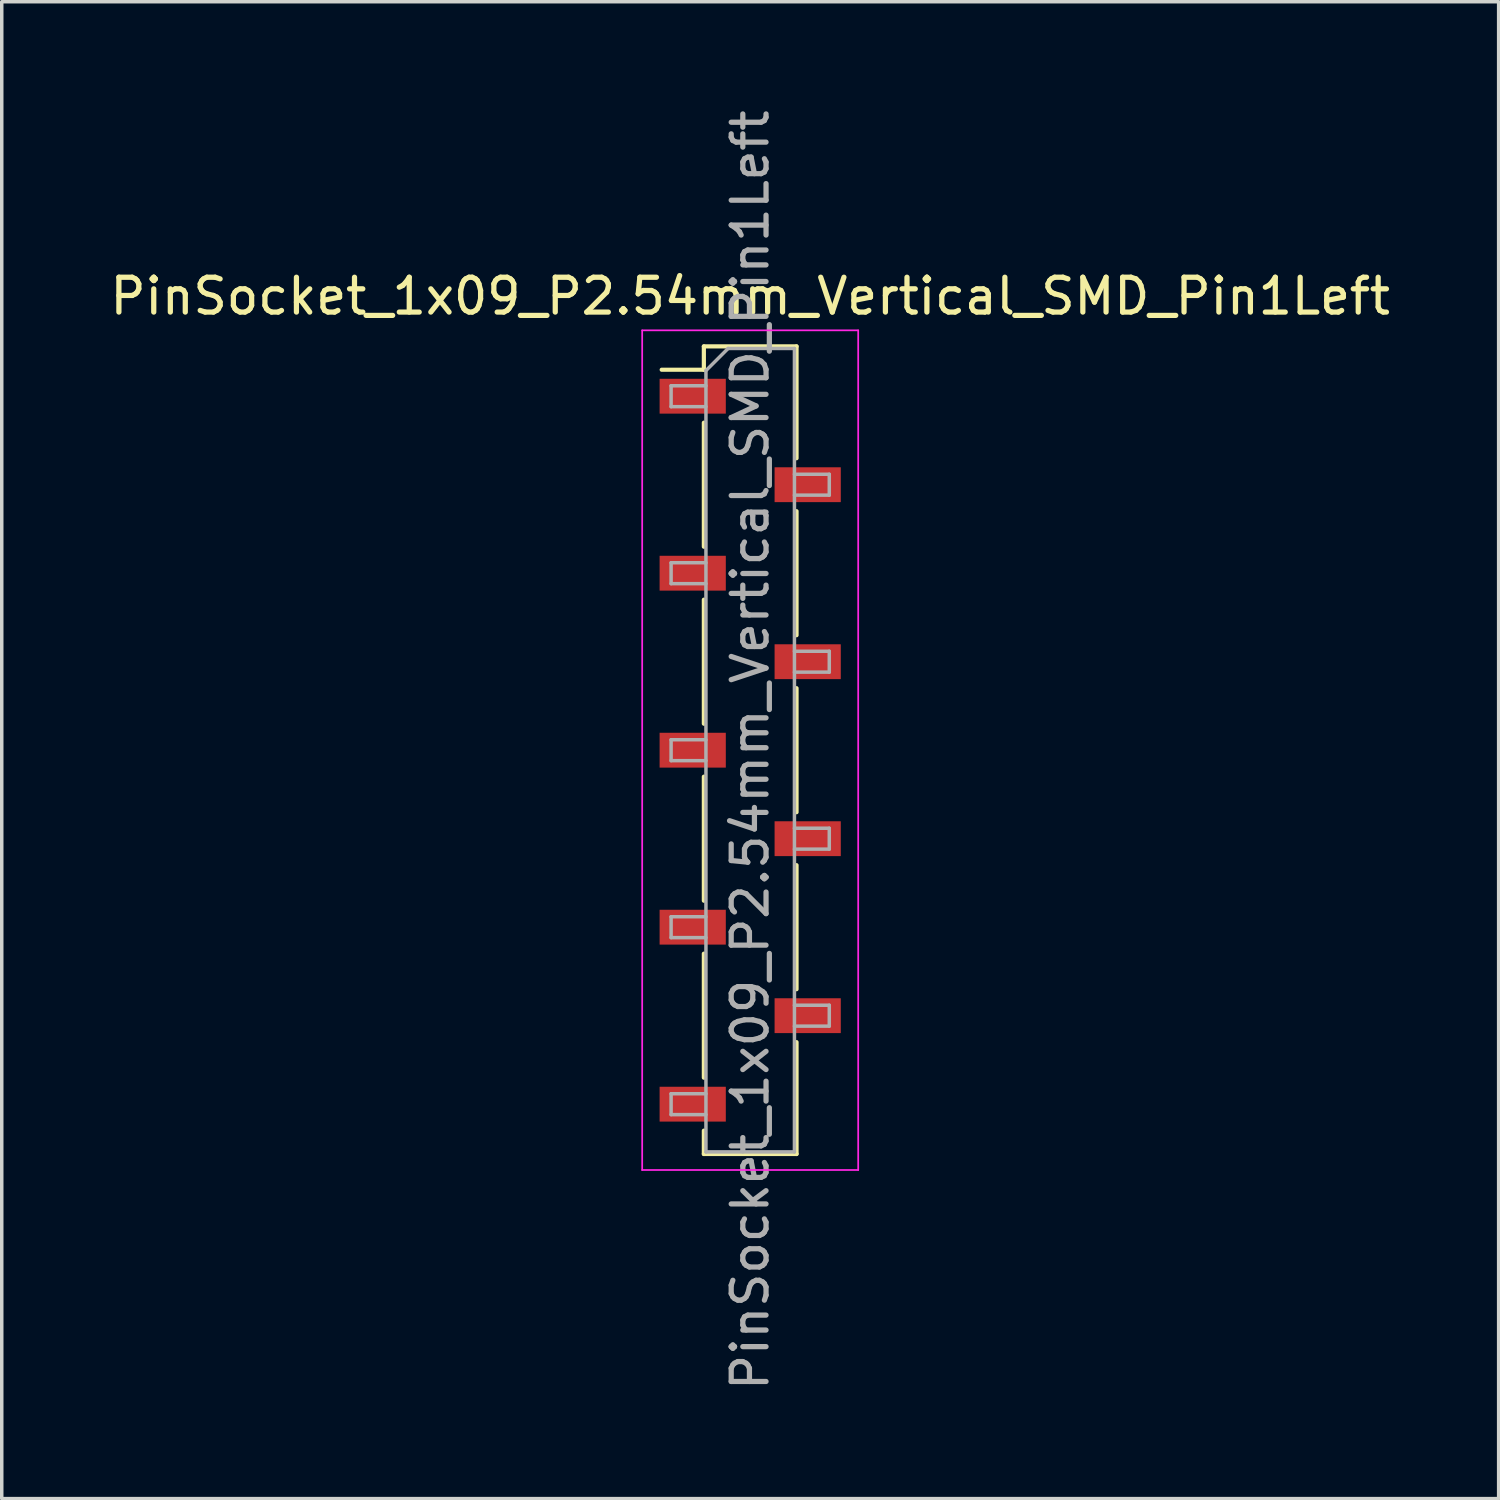
<source format=kicad_pcb>
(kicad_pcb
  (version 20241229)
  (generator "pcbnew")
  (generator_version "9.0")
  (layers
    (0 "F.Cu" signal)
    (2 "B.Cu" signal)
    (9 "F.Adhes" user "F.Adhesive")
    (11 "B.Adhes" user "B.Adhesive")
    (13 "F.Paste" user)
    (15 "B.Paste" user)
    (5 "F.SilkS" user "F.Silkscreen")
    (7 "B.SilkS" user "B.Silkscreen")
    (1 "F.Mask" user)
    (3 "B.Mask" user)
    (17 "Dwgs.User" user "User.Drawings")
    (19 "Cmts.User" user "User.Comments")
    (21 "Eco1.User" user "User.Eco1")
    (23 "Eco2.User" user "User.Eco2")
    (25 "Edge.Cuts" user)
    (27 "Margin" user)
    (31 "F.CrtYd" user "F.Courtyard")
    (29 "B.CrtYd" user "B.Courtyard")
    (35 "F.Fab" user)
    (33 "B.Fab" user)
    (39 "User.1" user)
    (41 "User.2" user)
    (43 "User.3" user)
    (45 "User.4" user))
  (footprint "PinSocket_1x09_P2.54mm_Vertical_SMD_Pin1Left"
    (layer "F.Cu")
    (at 18.482 18.482)
    (property "Reference" "PinSocket_1x09_P2.54mm_Vertical_SMD_Pin1Left" (at 0 -13.03 0) (layer "F.SilkS") (effects (font (size 1 1) (thickness 0.15))))
    (attr smd)
    (fp_line (start -2.54 -10.92) (end -1.33 -10.92) (stroke (width 0.12) (type solid)) (layer "F.SilkS"))
    (fp_line (start -1.33 -11.59) (end -1.33 -10.92) (stroke (width 0.12) (type solid)) (layer "F.SilkS"))
    (fp_line (start -1.33 -11.59) (end 1.33 -11.59) (stroke (width 0.12) (type solid)) (layer "F.SilkS"))
    (fp_line (start -1.33 -9.4) (end -1.33 -5.84) (stroke (width 0.12) (type solid)) (layer "F.SilkS"))
    (fp_line (start -1.33 -4.32) (end -1.33 -0.76) (stroke (width 0.12) (type solid)) (layer "F.SilkS"))
    (fp_line (start -1.33 0.76) (end -1.33 4.32) (stroke (width 0.12) (type solid)) (layer "F.SilkS"))
    (fp_line (start -1.33 5.84) (end -1.33 9.4) (stroke (width 0.12) (type solid)) (layer "F.SilkS"))
    (fp_line (start -1.33 10.92) (end -1.33 11.59) (stroke (width 0.12) (type solid)) (layer "F.SilkS"))
    (fp_line (start -1.33 11.59) (end 1.33 11.59) (stroke (width 0.12) (type solid)) (layer "F.SilkS"))
    (fp_line (start 1.33 -11.59) (end 1.33 -8.38) (stroke (width 0.12) (type solid)) (layer "F.SilkS"))
    (fp_line (start 1.33 -6.86) (end 1.33 -3.3) (stroke (width 0.12) (type solid)) (layer "F.SilkS"))
    (fp_line (start 1.33 -1.78) (end 1.33 1.78) (stroke (width 0.12) (type solid)) (layer "F.SilkS"))
    (fp_line (start 1.33 3.3) (end 1.33 6.86) (stroke (width 0.12) (type solid)) (layer "F.SilkS"))
    (fp_line (start 1.33 8.38) (end 1.33 11.59) (stroke (width 0.12) (type solid)) (layer "F.SilkS"))
    (fp_line (start -3.1 -12.05) (end 3.1 -12.05) (stroke (width 0.05) (type solid)) (layer "F.CrtYd"))
    (fp_line (start -3.1 12.05) (end -3.1 -12.05) (stroke (width 0.05) (type solid)) (layer "F.CrtYd"))
    (fp_line (start 3.1 -12.05) (end 3.1 12.05) (stroke (width 0.05) (type solid)) (layer "F.CrtYd"))
    (fp_line (start 3.1 12.05) (end -3.1 12.05) (stroke (width 0.05) (type solid)) (layer "F.CrtYd"))
    (fp_line (start -2.27 -10.46) (end -1.27 -10.46) (stroke (width 0.1) (type solid)) (layer "F.Fab"))
    (fp_line (start -2.27 -9.86) (end -2.27 -10.46) (stroke (width 0.1) (type solid)) (layer "F.Fab"))
    (fp_line (start -2.27 -5.38) (end -1.27 -5.38) (stroke (width 0.1) (type solid)) (layer "F.Fab"))
    (fp_line (start -2.27 -4.78) (end -2.27 -5.38) (stroke (width 0.1) (type solid)) (layer "F.Fab"))
    (fp_line (start -2.27 -0.3) (end -1.27 -0.3) (stroke (width 0.1) (type solid)) (layer "F.Fab"))
    (fp_line (start -2.27 0.3) (end -2.27 -0.3) (stroke (width 0.1) (type solid)) (layer "F.Fab"))
    (fp_line (start -2.27 4.78) (end -1.27 4.78) (stroke (width 0.1) (type solid)) (layer "F.Fab"))
    (fp_line (start -2.27 5.38) (end -2.27 4.78) (stroke (width 0.1) (type solid)) (layer "F.Fab"))
    (fp_line (start -2.27 9.86) (end -1.27 9.86) (stroke (width 0.1) (type solid)) (layer "F.Fab"))
    (fp_line (start -2.27 10.46) (end -2.27 9.86) (stroke (width 0.1) (type solid)) (layer "F.Fab"))
    (fp_line (start -1.27 -10.895) (end -0.635 -11.53) (stroke (width 0.1) (type solid)) (layer "F.Fab"))
    (fp_line (start -1.27 -9.86) (end -2.27 -9.86) (stroke (width 0.1) (type solid)) (layer "F.Fab"))
    (fp_line (start -1.27 -4.78) (end -2.27 -4.78) (stroke (width 0.1) (type solid)) (layer "F.Fab"))
    (fp_line (start -1.27 0.3) (end -2.27 0.3) (stroke (width 0.1) (type solid)) (layer "F.Fab"))
    (fp_line (start -1.27 5.38) (end -2.27 5.38) (stroke (width 0.1) (type solid)) (layer "F.Fab"))
    (fp_line (start -1.27 10.46) (end -2.27 10.46) (stroke (width 0.1) (type solid)) (layer "F.Fab"))
    (fp_line (start -1.27 11.53) (end -1.27 -10.895) (stroke (width 0.1) (type solid)) (layer "F.Fab"))
    (fp_line (start -0.635 -11.53) (end 1.27 -11.53) (stroke (width 0.1) (type solid)) (layer "F.Fab"))
    (fp_line (start 1.27 -11.53) (end 1.27 11.53) (stroke (width 0.1) (type solid)) (layer "F.Fab"))
    (fp_line (start 1.27 -7.92) (end 2.27 -7.92) (stroke (width 0.1) (type solid)) (layer "F.Fab"))
    (fp_line (start 1.27 -2.84) (end 2.27 -2.84) (stroke (width 0.1) (type solid)) (layer "F.Fab"))
    (fp_line (start 1.27 2.24) (end 2.27 2.24) (stroke (width 0.1) (type solid)) (layer "F.Fab"))
    (fp_line (start 1.27 7.32) (end 2.27 7.32) (stroke (width 0.1) (type solid)) (layer "F.Fab"))
    (fp_line (start 1.27 11.53) (end -1.27 11.53) (stroke (width 0.1) (type solid)) (layer "F.Fab"))
    (fp_line (start 2.27 -7.92) (end 2.27 -7.32) (stroke (width 0.1) (type solid)) (layer "F.Fab"))
    (fp_line (start 2.27 -7.32) (end 1.27 -7.32) (stroke (width 0.1) (type solid)) (layer "F.Fab"))
    (fp_line (start 2.27 -2.84) (end 2.27 -2.24) (stroke (width 0.1) (type solid)) (layer "F.Fab"))
    (fp_line (start 2.27 -2.24) (end 1.27 -2.24) (stroke (width 0.1) (type solid)) (layer "F.Fab"))
    (fp_line (start 2.27 2.24) (end 2.27 2.84) (stroke (width 0.1) (type solid)) (layer "F.Fab"))
    (fp_line (start 2.27 2.84) (end 1.27 2.84) (stroke (width 0.1) (type solid)) (layer "F.Fab"))
    (fp_line (start 2.27 7.32) (end 2.27 7.92) (stroke (width 0.1) (type solid)) (layer "F.Fab"))
    (fp_line (start 2.27 7.92) (end 1.27 7.92) (stroke (width 0.1) (type solid)) (layer "F.Fab"))
    (fp_text user "${REFERENCE}" (at 0 0 90) (layer "F.Fab") (effects (font (size 1 1) (thickness 0.15))))
    (pad "1" smd rect (at -1.65 -10.16) (size 1.9 1) (layers "F.Cu" "F.Mask" "F.Paste"))
    (pad "2" smd rect (at 1.65 -7.62) (size 1.9 1) (layers "F.Cu" "F.Mask" "F.Paste"))
    (pad "3" smd rect (at -1.65 -5.08) (size 1.9 1) (layers "F.Cu" "F.Mask" "F.Paste"))
    (pad "4" smd rect (at 1.65 -2.54) (size 1.9 1) (layers "F.Cu" "F.Mask" "F.Paste"))
    (pad "5" smd rect (at -1.65 0) (size 1.9 1) (layers "F.Cu" "F.Mask" "F.Paste"))
    (pad "6" smd rect (at 1.65 2.54) (size 1.9 1) (layers "F.Cu" "F.Mask" "F.Paste"))
    (pad "7" smd rect (at -1.65 5.08) (size 1.9 1) (layers "F.Cu" "F.Mask" "F.Paste"))
    (pad "8" smd rect (at 1.65 7.62) (size 1.9 1) (layers "F.Cu" "F.Mask" "F.Paste"))
    (pad "9" smd rect (at -1.65 10.16) (size 1.9 1) (layers "F.Cu" "F.Mask" "F.Paste")))
  (gr_rect
    (start -3 -3)
    (end 39.964 39.964)
    (stroke (width 0.1) (type default))
    (fill no)
    (layer "Edge.Cuts")))
</source>
